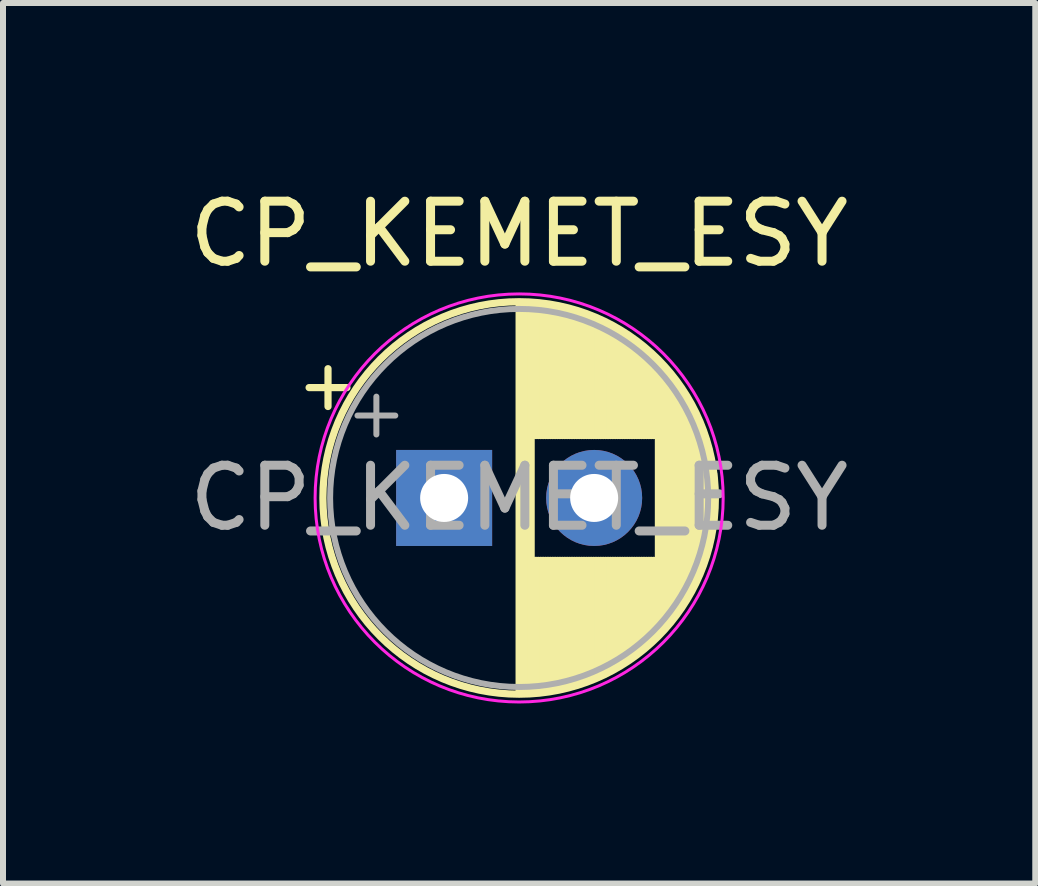
<source format=kicad_pcb>
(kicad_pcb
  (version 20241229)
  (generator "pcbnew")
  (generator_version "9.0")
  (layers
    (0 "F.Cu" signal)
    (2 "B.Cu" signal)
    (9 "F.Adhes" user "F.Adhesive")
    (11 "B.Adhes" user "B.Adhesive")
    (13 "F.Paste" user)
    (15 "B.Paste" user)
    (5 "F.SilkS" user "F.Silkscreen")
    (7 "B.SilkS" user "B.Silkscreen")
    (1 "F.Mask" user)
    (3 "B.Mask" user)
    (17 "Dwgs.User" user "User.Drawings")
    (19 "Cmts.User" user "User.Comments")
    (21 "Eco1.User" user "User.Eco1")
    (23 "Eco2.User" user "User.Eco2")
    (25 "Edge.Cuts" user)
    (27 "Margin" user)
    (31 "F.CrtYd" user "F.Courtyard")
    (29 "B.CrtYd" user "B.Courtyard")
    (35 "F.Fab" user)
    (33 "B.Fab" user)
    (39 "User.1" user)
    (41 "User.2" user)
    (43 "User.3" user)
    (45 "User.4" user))
  (footprint "CP_KEMET_ESY"
    (layer "F.Cu")
    (at 4.351 5.248)
    (property "Reference" "CP_KEMET_ESY" (at 1.25 -4.4 0) (layer "F.SilkS") (effects (font (size 1 1) (thickness 0.15))))
    (attr through_hole)
    (fp_line (start -2.25 -1.839) (end -1.62 -1.839) (stroke (width 0.12) (type solid)) (layer "F.SilkS"))
    (fp_line (start -1.935 -2.154) (end -1.935 -1.524) (stroke (width 0.12) (type solid)) (layer "F.SilkS"))
    (fp_line (start 1.25 -3.23) (end 1.25 3.23) (stroke (width 0.12) (type solid)) (layer "F.SilkS"))
    (fp_line (start 1.29 -3.23) (end 1.29 3.23) (stroke (width 0.12) (type solid)) (layer "F.SilkS"))
    (fp_line (start 1.33 -3.23) (end 1.33 3.23) (stroke (width 0.12) (type solid)) (layer "F.SilkS"))
    (fp_line (start 1.37 -3.228) (end 1.37 3.228) (stroke (width 0.12) (type solid)) (layer "F.SilkS"))
    (fp_line (start 1.41 -3.227) (end 1.41 3.227) (stroke (width 0.12) (type solid)) (layer "F.SilkS"))
    (fp_line (start 1.45 -3.224) (end 1.45 3.224) (stroke (width 0.12) (type solid)) (layer "F.SilkS"))
    (fp_line (start 1.49 -3.222) (end 1.49 -1.04) (stroke (width 0.12) (type solid)) (layer "F.SilkS"))
    (fp_line (start 1.49 1.04) (end 1.49 3.222) (stroke (width 0.12) (type solid)) (layer "F.SilkS"))
    (fp_line (start 1.53 -3.218) (end 1.53 -1.04) (stroke (width 0.12) (type solid)) (layer "F.SilkS"))
    (fp_line (start 1.53 1.04) (end 1.53 3.218) (stroke (width 0.12) (type solid)) (layer "F.SilkS"))
    (fp_line (start 1.57 -3.215) (end 1.57 -1.04) (stroke (width 0.12) (type solid)) (layer "F.SilkS"))
    (fp_line (start 1.57 1.04) (end 1.57 3.215) (stroke (width 0.12) (type solid)) (layer "F.SilkS"))
    (fp_line (start 1.61 -3.211) (end 1.61 -1.04) (stroke (width 0.12) (type solid)) (layer "F.SilkS"))
    (fp_line (start 1.61 1.04) (end 1.61 3.211) (stroke (width 0.12) (type solid)) (layer "F.SilkS"))
    (fp_line (start 1.65 -3.206) (end 1.65 -1.04) (stroke (width 0.12) (type solid)) (layer "F.SilkS"))
    (fp_line (start 1.65 1.04) (end 1.65 3.206) (stroke (width 0.12) (type solid)) (layer "F.SilkS"))
    (fp_line (start 1.69 -3.201) (end 1.69 -1.04) (stroke (width 0.12) (type solid)) (layer "F.SilkS"))
    (fp_line (start 1.69 1.04) (end 1.69 3.201) (stroke (width 0.12) (type solid)) (layer "F.SilkS"))
    (fp_line (start 1.73 -3.195) (end 1.73 -1.04) (stroke (width 0.12) (type solid)) (layer "F.SilkS"))
    (fp_line (start 1.73 1.04) (end 1.73 3.195) (stroke (width 0.12) (type solid)) (layer "F.SilkS"))
    (fp_line (start 1.77 -3.189) (end 1.77 -1.04) (stroke (width 0.12) (type solid)) (layer "F.SilkS"))
    (fp_line (start 1.77 1.04) (end 1.77 3.189) (stroke (width 0.12) (type solid)) (layer "F.SilkS"))
    (fp_line (start 1.81 -3.182) (end 1.81 -1.04) (stroke (width 0.12) (type solid)) (layer "F.SilkS"))
    (fp_line (start 1.81 1.04) (end 1.81 3.182) (stroke (width 0.12) (type solid)) (layer "F.SilkS"))
    (fp_line (start 1.85 -3.175) (end 1.85 -1.04) (stroke (width 0.12) (type solid)) (layer "F.SilkS"))
    (fp_line (start 1.85 1.04) (end 1.85 3.175) (stroke (width 0.12) (type solid)) (layer "F.SilkS"))
    (fp_line (start 1.89 -3.167) (end 1.89 -1.04) (stroke (width 0.12) (type solid)) (layer "F.SilkS"))
    (fp_line (start 1.89 1.04) (end 1.89 3.167) (stroke (width 0.12) (type solid)) (layer "F.SilkS"))
    (fp_line (start 1.93 -3.159) (end 1.93 -1.04) (stroke (width 0.12) (type solid)) (layer "F.SilkS"))
    (fp_line (start 1.93 1.04) (end 1.93 3.159) (stroke (width 0.12) (type solid)) (layer "F.SilkS"))
    (fp_line (start 1.971 -3.15) (end 1.971 -1.04) (stroke (width 0.12) (type solid)) (layer "F.SilkS"))
    (fp_line (start 1.971 1.04) (end 1.971 3.15) (stroke (width 0.12) (type solid)) (layer "F.SilkS"))
    (fp_line (start 2.011 -3.141) (end 2.011 -1.04) (stroke (width 0.12) (type solid)) (layer "F.SilkS"))
    (fp_line (start 2.011 1.04) (end 2.011 3.141) (stroke (width 0.12) (type solid)) (layer "F.SilkS"))
    (fp_line (start 2.051 -3.131) (end 2.051 -1.04) (stroke (width 0.12) (type solid)) (layer "F.SilkS"))
    (fp_line (start 2.051 1.04) (end 2.051 3.131) (stroke (width 0.12) (type solid)) (layer "F.SilkS"))
    (fp_line (start 2.091 -3.121) (end 2.091 -1.04) (stroke (width 0.12) (type solid)) (layer "F.SilkS"))
    (fp_line (start 2.091 1.04) (end 2.091 3.121) (stroke (width 0.12) (type solid)) (layer "F.SilkS"))
    (fp_line (start 2.131 -3.11) (end 2.131 -1.04) (stroke (width 0.12) (type solid)) (layer "F.SilkS"))
    (fp_line (start 2.131 1.04) (end 2.131 3.11) (stroke (width 0.12) (type solid)) (layer "F.SilkS"))
    (fp_line (start 2.171 -3.098) (end 2.171 -1.04) (stroke (width 0.12) (type solid)) (layer "F.SilkS"))
    (fp_line (start 2.171 1.04) (end 2.171 3.098) (stroke (width 0.12) (type solid)) (layer "F.SilkS"))
    (fp_line (start 2.211 -3.086) (end 2.211 -1.04) (stroke (width 0.12) (type solid)) (layer "F.SilkS"))
    (fp_line (start 2.211 1.04) (end 2.211 3.086) (stroke (width 0.12) (type solid)) (layer "F.SilkS"))
    (fp_line (start 2.251 -3.074) (end 2.251 -1.04) (stroke (width 0.12) (type solid)) (layer "F.SilkS"))
    (fp_line (start 2.251 1.04) (end 2.251 3.074) (stroke (width 0.12) (type solid)) (layer "F.SilkS"))
    (fp_line (start 2.291 -3.061) (end 2.291 -1.04) (stroke (width 0.12) (type solid)) (layer "F.SilkS"))
    (fp_line (start 2.291 1.04) (end 2.291 3.061) (stroke (width 0.12) (type solid)) (layer "F.SilkS"))
    (fp_line (start 2.331 -3.047) (end 2.331 -1.04) (stroke (width 0.12) (type solid)) (layer "F.SilkS"))
    (fp_line (start 2.331 1.04) (end 2.331 3.047) (stroke (width 0.12) (type solid)) (layer "F.SilkS"))
    (fp_line (start 2.371 -3.033) (end 2.371 -1.04) (stroke (width 0.12) (type solid)) (layer "F.SilkS"))
    (fp_line (start 2.371 1.04) (end 2.371 3.033) (stroke (width 0.12) (type solid)) (layer "F.SilkS"))
    (fp_line (start 2.411 -3.018) (end 2.411 -1.04) (stroke (width 0.12) (type solid)) (layer "F.SilkS"))
    (fp_line (start 2.411 1.04) (end 2.411 3.018) (stroke (width 0.12) (type solid)) (layer "F.SilkS"))
    (fp_line (start 2.451 -3.002) (end 2.451 -1.04) (stroke (width 0.12) (type solid)) (layer "F.SilkS"))
    (fp_line (start 2.451 1.04) (end 2.451 3.002) (stroke (width 0.12) (type solid)) (layer "F.SilkS"))
    (fp_line (start 2.491 -2.986) (end 2.491 -1.04) (stroke (width 0.12) (type solid)) (layer "F.SilkS"))
    (fp_line (start 2.491 1.04) (end 2.491 2.986) (stroke (width 0.12) (type solid)) (layer "F.SilkS"))
    (fp_line (start 2.531 -2.97) (end 2.531 -1.04) (stroke (width 0.12) (type solid)) (layer "F.SilkS"))
    (fp_line (start 2.531 1.04) (end 2.531 2.97) (stroke (width 0.12) (type solid)) (layer "F.SilkS"))
    (fp_line (start 2.571 -2.952) (end 2.571 -1.04) (stroke (width 0.12) (type solid)) (layer "F.SilkS"))
    (fp_line (start 2.571 1.04) (end 2.571 2.952) (stroke (width 0.12) (type solid)) (layer "F.SilkS"))
    (fp_line (start 2.611 -2.934) (end 2.611 -1.04) (stroke (width 0.12) (type solid)) (layer "F.SilkS"))
    (fp_line (start 2.611 1.04) (end 2.611 2.934) (stroke (width 0.12) (type solid)) (layer "F.SilkS"))
    (fp_line (start 2.651 -2.916) (end 2.651 -1.04) (stroke (width 0.12) (type solid)) (layer "F.SilkS"))
    (fp_line (start 2.651 1.04) (end 2.651 2.916) (stroke (width 0.12) (type solid)) (layer "F.SilkS"))
    (fp_line (start 2.691 -2.896) (end 2.691 -1.04) (stroke (width 0.12) (type solid)) (layer "F.SilkS"))
    (fp_line (start 2.691 1.04) (end 2.691 2.896) (stroke (width 0.12) (type solid)) (layer "F.SilkS"))
    (fp_line (start 2.731 -2.876) (end 2.731 -1.04) (stroke (width 0.12) (type solid)) (layer "F.SilkS"))
    (fp_line (start 2.731 1.04) (end 2.731 2.876) (stroke (width 0.12) (type solid)) (layer "F.SilkS"))
    (fp_line (start 2.771 -2.856) (end 2.771 -1.04) (stroke (width 0.12) (type solid)) (layer "F.SilkS"))
    (fp_line (start 2.771 1.04) (end 2.771 2.856) (stroke (width 0.12) (type solid)) (layer "F.SilkS"))
    (fp_line (start 2.811 -2.834) (end 2.811 -1.04) (stroke (width 0.12) (type solid)) (layer "F.SilkS"))
    (fp_line (start 2.811 1.04) (end 2.811 2.834) (stroke (width 0.12) (type solid)) (layer "F.SilkS"))
    (fp_line (start 2.851 -2.812) (end 2.851 -1.04) (stroke (width 0.12) (type solid)) (layer "F.SilkS"))
    (fp_line (start 2.851 1.04) (end 2.851 2.812) (stroke (width 0.12) (type solid)) (layer "F.SilkS"))
    (fp_line (start 2.891 -2.79) (end 2.891 -1.04) (stroke (width 0.12) (type solid)) (layer "F.SilkS"))
    (fp_line (start 2.891 1.04) (end 2.891 2.79) (stroke (width 0.12) (type solid)) (layer "F.SilkS"))
    (fp_line (start 2.931 -2.766) (end 2.931 -1.04) (stroke (width 0.12) (type solid)) (layer "F.SilkS"))
    (fp_line (start 2.931 1.04) (end 2.931 2.766) (stroke (width 0.12) (type solid)) (layer "F.SilkS"))
    (fp_line (start 2.971 -2.742) (end 2.971 -1.04) (stroke (width 0.12) (type solid)) (layer "F.SilkS"))
    (fp_line (start 2.971 1.04) (end 2.971 2.742) (stroke (width 0.12) (type solid)) (layer "F.SilkS"))
    (fp_line (start 3.011 -2.716) (end 3.011 -1.04) (stroke (width 0.12) (type solid)) (layer "F.SilkS"))
    (fp_line (start 3.011 1.04) (end 3.011 2.716) (stroke (width 0.12) (type solid)) (layer "F.SilkS"))
    (fp_line (start 3.051 -2.69) (end 3.051 -1.04) (stroke (width 0.12) (type solid)) (layer "F.SilkS"))
    (fp_line (start 3.051 1.04) (end 3.051 2.69) (stroke (width 0.12) (type solid)) (layer "F.SilkS"))
    (fp_line (start 3.091 -2.664) (end 3.091 -1.04) (stroke (width 0.12) (type solid)) (layer "F.SilkS"))
    (fp_line (start 3.091 1.04) (end 3.091 2.664) (stroke (width 0.12) (type solid)) (layer "F.SilkS"))
    (fp_line (start 3.131 -2.636) (end 3.131 -1.04) (stroke (width 0.12) (type solid)) (layer "F.SilkS"))
    (fp_line (start 3.131 1.04) (end 3.131 2.636) (stroke (width 0.12) (type solid)) (layer "F.SilkS"))
    (fp_line (start 3.171 -2.607) (end 3.171 -1.04) (stroke (width 0.12) (type solid)) (layer "F.SilkS"))
    (fp_line (start 3.171 1.04) (end 3.171 2.607) (stroke (width 0.12) (type solid)) (layer "F.SilkS"))
    (fp_line (start 3.211 -2.578) (end 3.211 -1.04) (stroke (width 0.12) (type solid)) (layer "F.SilkS"))
    (fp_line (start 3.211 1.04) (end 3.211 2.578) (stroke (width 0.12) (type solid)) (layer "F.SilkS"))
    (fp_line (start 3.251 -2.548) (end 3.251 -1.04) (stroke (width 0.12) (type solid)) (layer "F.SilkS"))
    (fp_line (start 3.251 1.04) (end 3.251 2.548) (stroke (width 0.12) (type solid)) (layer "F.SilkS"))
    (fp_line (start 3.291 -2.516) (end 3.291 -1.04) (stroke (width 0.12) (type solid)) (layer "F.SilkS"))
    (fp_line (start 3.291 1.04) (end 3.291 2.516) (stroke (width 0.12) (type solid)) (layer "F.SilkS"))
    (fp_line (start 3.331 -2.484) (end 3.331 -1.04) (stroke (width 0.12) (type solid)) (layer "F.SilkS"))
    (fp_line (start 3.331 1.04) (end 3.331 2.484) (stroke (width 0.12) (type solid)) (layer "F.SilkS"))
    (fp_line (start 3.371 -2.45) (end 3.371 -1.04) (stroke (width 0.12) (type solid)) (layer "F.SilkS"))
    (fp_line (start 3.371 1.04) (end 3.371 2.45) (stroke (width 0.12) (type solid)) (layer "F.SilkS"))
    (fp_line (start 3.411 -2.416) (end 3.411 -1.04) (stroke (width 0.12) (type solid)) (layer "F.SilkS"))
    (fp_line (start 3.411 1.04) (end 3.411 2.416) (stroke (width 0.12) (type solid)) (layer "F.SilkS"))
    (fp_line (start 3.451 -2.38) (end 3.451 -1.04) (stroke (width 0.12) (type solid)) (layer "F.SilkS"))
    (fp_line (start 3.451 1.04) (end 3.451 2.38) (stroke (width 0.12) (type solid)) (layer "F.SilkS"))
    (fp_line (start 3.491 -2.343) (end 3.491 -1.04) (stroke (width 0.12) (type solid)) (layer "F.SilkS"))
    (fp_line (start 3.491 1.04) (end 3.491 2.343) (stroke (width 0.12) (type solid)) (layer "F.SilkS"))
    (fp_line (start 3.531 -2.305) (end 3.531 -1.04) (stroke (width 0.12) (type solid)) (layer "F.SilkS"))
    (fp_line (start 3.531 1.04) (end 3.531 2.305) (stroke (width 0.12) (type solid)) (layer "F.SilkS"))
    (fp_line (start 3.571 -2.265) (end 3.571 2.265) (stroke (width 0.12) (type solid)) (layer "F.SilkS"))
    (fp_line (start 3.611 -2.224) (end 3.611 2.224) (stroke (width 0.12) (type solid)) (layer "F.SilkS"))
    (fp_line (start 3.651 -2.182) (end 3.651 2.182) (stroke (width 0.12) (type solid)) (layer "F.SilkS"))
    (fp_line (start 3.691 -2.137) (end 3.691 2.137) (stroke (width 0.12) (type solid)) (layer "F.SilkS"))
    (fp_line (start 3.731 -2.092) (end 3.731 2.092) (stroke (width 0.12) (type solid)) (layer "F.SilkS"))
    (fp_line (start 3.771 -2.044) (end 3.771 2.044) (stroke (width 0.12) (type solid)) (layer "F.SilkS"))
    (fp_line (start 3.811 -1.995) (end 3.811 1.995) (stroke (width 0.12) (type solid)) (layer "F.SilkS"))
    (fp_line (start 3.851 -1.944) (end 3.851 1.944) (stroke (width 0.12) (type solid)) (layer "F.SilkS"))
    (fp_line (start 3.891 -1.89) (end 3.891 1.89) (stroke (width 0.12) (type solid)) (layer "F.SilkS"))
    (fp_line (start 3.931 -1.834) (end 3.931 1.834) (stroke (width 0.12) (type solid)) (layer "F.SilkS"))
    (fp_line (start 3.971 -1.776) (end 3.971 1.776) (stroke (width 0.12) (type solid)) (layer "F.SilkS"))
    (fp_line (start 4.011 -1.714) (end 4.011 1.714) (stroke (width 0.12) (type solid)) (layer "F.SilkS"))
    (fp_line (start 4.051 -1.65) (end 4.051 1.65) (stroke (width 0.12) (type solid)) (layer "F.SilkS"))
    (fp_line (start 4.091 -1.581) (end 4.091 1.581) (stroke (width 0.12) (type solid)) (layer "F.SilkS"))
    (fp_line (start 4.131 -1.509) (end 4.131 1.509) (stroke (width 0.12) (type solid)) (layer "F.SilkS"))
    (fp_line (start 4.171 -1.432) (end 4.171 1.432) (stroke (width 0.12) (type solid)) (layer "F.SilkS"))
    (fp_line (start 4.211 -1.35) (end 4.211 1.35) (stroke (width 0.12) (type solid)) (layer "F.SilkS"))
    (fp_line (start 4.251 -1.262) (end 4.251 1.262) (stroke (width 0.12) (type solid)) (layer "F.SilkS"))
    (fp_line (start 4.291 -1.165) (end 4.291 1.165) (stroke (width 0.12) (type solid)) (layer "F.SilkS"))
    (fp_line (start 4.331 -1.059) (end 4.331 1.059) (stroke (width 0.12) (type solid)) (layer "F.SilkS"))
    (fp_line (start 4.371 -0.94) (end 4.371 0.94) (stroke (width 0.12) (type solid)) (layer "F.SilkS"))
    (fp_line (start 4.411 -0.802) (end 4.411 0.802) (stroke (width 0.12) (type solid)) (layer "F.SilkS"))
    (fp_line (start 4.451 -0.633) (end 4.451 0.633) (stroke (width 0.12) (type solid)) (layer "F.SilkS"))
    (fp_line (start 4.491 -0.402) (end 4.491 0.402) (stroke (width 0.12) (type solid)) (layer "F.SilkS"))
    (fp_circle (center 1.25 0) (end 4.52 0) (stroke (width 0.12) (type solid)) (fill no) (layer "F.SilkS"))
    (fp_circle (center 1.25 0) (end 4.65 0) (stroke (width 0.05) (type solid)) (fill no) (layer "F.CrtYd"))
    (fp_line (start -1.444 -1.373) (end -0.814 -1.373) (stroke (width 0.1) (type solid)) (layer "F.Fab"))
    (fp_line (start -1.129 -1.688) (end -1.129 -1.058) (stroke (width 0.1) (type solid)) (layer "F.Fab"))
    (fp_circle (center 1.25 0) (end 4.4 0) (stroke (width 0.1) (type solid)) (fill no) (layer "F.Fab"))
    (fp_text user "${REFERENCE}" (at 1.25 0 0) (layer "F.Fab") (effects (font (size 1 1) (thickness 0.15))))
    (pad "1" thru_hole rect (at 0 0) (size 1.6 1.6) (drill 0.8) (layers "*.Cu" "*.Mask"))
    (pad "2" thru_hole circle (at 2.5 0) (size 1.6 1.6) (drill 0.8) (layers "*.Cu" "*.Mask")))
  (gr_rect
    (start -3 -3)
    (end 14.202 11.673)
    (stroke (width 0.1) (type default))
    (fill no)
    (layer "Edge.Cuts")))
</source>
